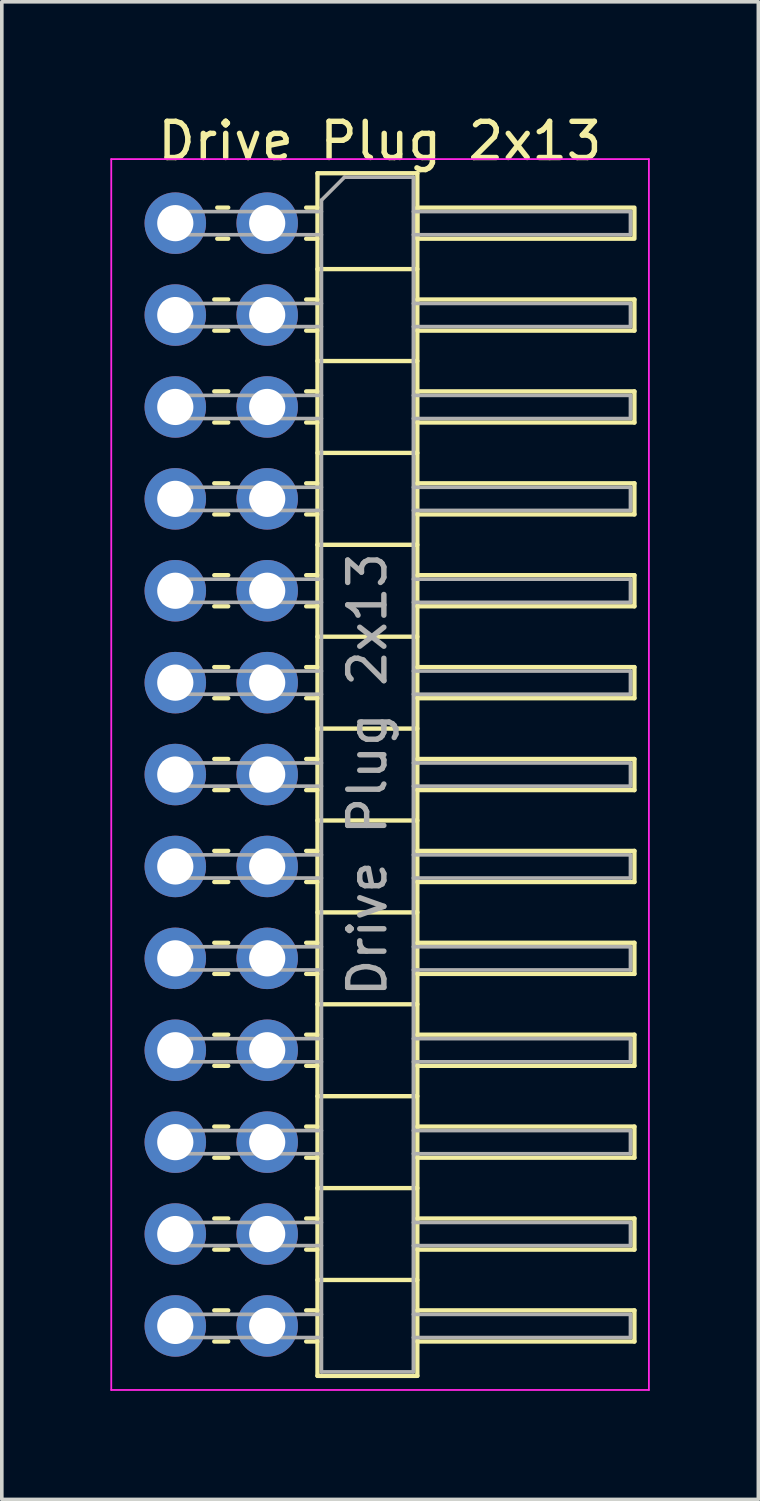
<source format=kicad_pcb>
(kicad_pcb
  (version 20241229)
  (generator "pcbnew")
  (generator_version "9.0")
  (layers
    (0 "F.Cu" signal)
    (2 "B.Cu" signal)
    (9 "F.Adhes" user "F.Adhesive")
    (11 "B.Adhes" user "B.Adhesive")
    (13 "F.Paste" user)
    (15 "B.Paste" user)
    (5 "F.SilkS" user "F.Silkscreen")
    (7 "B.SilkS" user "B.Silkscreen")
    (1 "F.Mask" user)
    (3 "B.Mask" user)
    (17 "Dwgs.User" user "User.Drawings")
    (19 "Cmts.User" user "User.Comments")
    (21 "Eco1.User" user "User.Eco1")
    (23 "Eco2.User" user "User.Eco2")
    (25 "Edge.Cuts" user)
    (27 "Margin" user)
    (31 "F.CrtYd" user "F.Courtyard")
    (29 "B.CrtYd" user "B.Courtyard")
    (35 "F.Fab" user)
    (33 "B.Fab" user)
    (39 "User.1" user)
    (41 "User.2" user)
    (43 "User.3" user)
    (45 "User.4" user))
  (footprint "Drive Plug 2x13"
    (layer "F.Cu")
    (at 1.795 3.118)
    (property "Reference" "Drive Plug 2x13" (at 5.655 -2.27 0) (layer "F.SilkS") (effects (font (size 1 1) (thickness 0.15))))
    (attr through_hole)
    (fp_line (start 1.077 2.11) (end 1.463 2.11) (stroke (width 0.12) (type solid)) (layer "F.SilkS"))
    (fp_line (start 1.077 2.97) (end 1.463 2.97) (stroke (width 0.12) (type solid)) (layer "F.SilkS"))
    (fp_line (start 1.077 4.65) (end 1.463 4.65) (stroke (width 0.12) (type solid)) (layer "F.SilkS"))
    (fp_line (start 1.077 5.51) (end 1.463 5.51) (stroke (width 0.12) (type solid)) (layer "F.SilkS"))
    (fp_line (start 1.077 7.19) (end 1.463 7.19) (stroke (width 0.12) (type solid)) (layer "F.SilkS"))
    (fp_line (start 1.077 8.05) (end 1.463 8.05) (stroke (width 0.12) (type solid)) (layer "F.SilkS"))
    (fp_line (start 1.077 9.73) (end 1.463 9.73) (stroke (width 0.12) (type solid)) (layer "F.SilkS"))
    (fp_line (start 1.077 10.59) (end 1.463 10.59) (stroke (width 0.12) (type solid)) (layer "F.SilkS"))
    (fp_line (start 1.077 12.27) (end 1.463 12.27) (stroke (width 0.12) (type solid)) (layer "F.SilkS"))
    (fp_line (start 1.077 13.13) (end 1.463 13.13) (stroke (width 0.12) (type solid)) (layer "F.SilkS"))
    (fp_line (start 1.077 14.81) (end 1.463 14.81) (stroke (width 0.12) (type solid)) (layer "F.SilkS"))
    (fp_line (start 1.077 15.67) (end 1.463 15.67) (stroke (width 0.12) (type solid)) (layer "F.SilkS"))
    (fp_line (start 1.077 17.35) (end 1.463 17.35) (stroke (width 0.12) (type solid)) (layer "F.SilkS"))
    (fp_line (start 1.077 18.21) (end 1.463 18.21) (stroke (width 0.12) (type solid)) (layer "F.SilkS"))
    (fp_line (start 1.077 19.89) (end 1.463 19.89) (stroke (width 0.12) (type solid)) (layer "F.SilkS"))
    (fp_line (start 1.077 20.75) (end 1.463 20.75) (stroke (width 0.12) (type solid)) (layer "F.SilkS"))
    (fp_line (start 1.077 22.43) (end 1.463 22.43) (stroke (width 0.12) (type solid)) (layer "F.SilkS"))
    (fp_line (start 1.077 23.29) (end 1.463 23.29) (stroke (width 0.12) (type solid)) (layer "F.SilkS"))
    (fp_line (start 1.077 24.97) (end 1.463 24.97) (stroke (width 0.12) (type solid)) (layer "F.SilkS"))
    (fp_line (start 1.077 25.83) (end 1.463 25.83) (stroke (width 0.12) (type solid)) (layer "F.SilkS"))
    (fp_line (start 1.077 27.51) (end 1.463 27.51) (stroke (width 0.12) (type solid)) (layer "F.SilkS"))
    (fp_line (start 1.077 28.37) (end 1.463 28.37) (stroke (width 0.12) (type solid)) (layer "F.SilkS"))
    (fp_line (start 1.077 30.05) (end 1.463 30.05) (stroke (width 0.12) (type solid)) (layer "F.SilkS"))
    (fp_line (start 1.077 30.91) (end 1.463 30.91) (stroke (width 0.12) (type solid)) (layer "F.SilkS"))
    (fp_line (start 1.16 -0.43) (end 1.463 -0.43) (stroke (width 0.12) (type solid)) (layer "F.SilkS"))
    (fp_line (start 1.16 0.43) (end 1.463 0.43) (stroke (width 0.12) (type solid)) (layer "F.SilkS"))
    (fp_line (start 3.617 -0.43) (end 3.93 -0.43) (stroke (width 0.12) (type solid)) (layer "F.SilkS"))
    (fp_line (start 3.617 0.43) (end 3.93 0.43) (stroke (width 0.12) (type solid)) (layer "F.SilkS"))
    (fp_line (start 3.617 2.11) (end 3.93 2.11) (stroke (width 0.12) (type solid)) (layer "F.SilkS"))
    (fp_line (start 3.617 2.97) (end 3.93 2.97) (stroke (width 0.12) (type solid)) (layer "F.SilkS"))
    (fp_line (start 3.617 4.65) (end 3.93 4.65) (stroke (width 0.12) (type solid)) (layer "F.SilkS"))
    (fp_line (start 3.617 5.51) (end 3.93 5.51) (stroke (width 0.12) (type solid)) (layer "F.SilkS"))
    (fp_line (start 3.617 7.19) (end 3.93 7.19) (stroke (width 0.12) (type solid)) (layer "F.SilkS"))
    (fp_line (start 3.617 8.05) (end 3.93 8.05) (stroke (width 0.12) (type solid)) (layer "F.SilkS"))
    (fp_line (start 3.617 9.73) (end 3.93 9.73) (stroke (width 0.12) (type solid)) (layer "F.SilkS"))
    (fp_line (start 3.617 10.59) (end 3.93 10.59) (stroke (width 0.12) (type solid)) (layer "F.SilkS"))
    (fp_line (start 3.617 12.27) (end 3.93 12.27) (stroke (width 0.12) (type solid)) (layer "F.SilkS"))
    (fp_line (start 3.617 13.13) (end 3.93 13.13) (stroke (width 0.12) (type solid)) (layer "F.SilkS"))
    (fp_line (start 3.617 14.81) (end 3.93 14.81) (stroke (width 0.12) (type solid)) (layer "F.SilkS"))
    (fp_line (start 3.617 15.67) (end 3.93 15.67) (stroke (width 0.12) (type solid)) (layer "F.SilkS"))
    (fp_line (start 3.617 17.35) (end 3.93 17.35) (stroke (width 0.12) (type solid)) (layer "F.SilkS"))
    (fp_line (start 3.617 18.21) (end 3.93 18.21) (stroke (width 0.12) (type solid)) (layer "F.SilkS"))
    (fp_line (start 3.617 19.89) (end 3.93 19.89) (stroke (width 0.12) (type solid)) (layer "F.SilkS"))
    (fp_line (start 3.617 20.75) (end 3.93 20.75) (stroke (width 0.12) (type solid)) (layer "F.SilkS"))
    (fp_line (start 3.617 22.43) (end 3.93 22.43) (stroke (width 0.12) (type solid)) (layer "F.SilkS"))
    (fp_line (start 3.617 23.29) (end 3.93 23.29) (stroke (width 0.12) (type solid)) (layer "F.SilkS"))
    (fp_line (start 3.617 24.97) (end 3.93 24.97) (stroke (width 0.12) (type solid)) (layer "F.SilkS"))
    (fp_line (start 3.617 25.83) (end 3.93 25.83) (stroke (width 0.12) (type solid)) (layer "F.SilkS"))
    (fp_line (start 3.617 27.51) (end 3.93 27.51) (stroke (width 0.12) (type solid)) (layer "F.SilkS"))
    (fp_line (start 3.617 28.37) (end 3.93 28.37) (stroke (width 0.12) (type solid)) (layer "F.SilkS"))
    (fp_line (start 3.617 30.05) (end 3.93 30.05) (stroke (width 0.12) (type solid)) (layer "F.SilkS"))
    (fp_line (start 3.617 30.91) (end 3.93 30.91) (stroke (width 0.12) (type solid)) (layer "F.SilkS"))
    (fp_line (start 3.93 -1.38) (end 3.93 31.86) (stroke (width 0.12) (type solid)) (layer "F.SilkS"))
    (fp_line (start 3.93 1.27) (end 6.69 1.27) (stroke (width 0.12) (type solid)) (layer "F.SilkS"))
    (fp_line (start 3.93 3.81) (end 6.69 3.81) (stroke (width 0.12) (type solid)) (layer "F.SilkS"))
    (fp_line (start 3.93 6.35) (end 6.69 6.35) (stroke (width 0.12) (type solid)) (layer "F.SilkS"))
    (fp_line (start 3.93 8.89) (end 6.69 8.89) (stroke (width 0.12) (type solid)) (layer "F.SilkS"))
    (fp_line (start 3.93 11.43) (end 6.69 11.43) (stroke (width 0.12) (type solid)) (layer "F.SilkS"))
    (fp_line (start 3.93 13.97) (end 6.69 13.97) (stroke (width 0.12) (type solid)) (layer "F.SilkS"))
    (fp_line (start 3.93 16.51) (end 6.69 16.51) (stroke (width 0.12) (type solid)) (layer "F.SilkS"))
    (fp_line (start 3.93 19.05) (end 6.69 19.05) (stroke (width 0.12) (type solid)) (layer "F.SilkS"))
    (fp_line (start 3.93 21.59) (end 6.69 21.59) (stroke (width 0.12) (type solid)) (layer "F.SilkS"))
    (fp_line (start 3.93 24.13) (end 6.69 24.13) (stroke (width 0.12) (type solid)) (layer "F.SilkS"))
    (fp_line (start 3.93 26.67) (end 6.69 26.67) (stroke (width 0.12) (type solid)) (layer "F.SilkS"))
    (fp_line (start 3.93 29.21) (end 6.69 29.21) (stroke (width 0.12) (type solid)) (layer "F.SilkS"))
    (fp_line (start 3.93 31.86) (end 6.69 31.86) (stroke (width 0.12) (type solid)) (layer "F.SilkS"))
    (fp_line (start 6.69 -1.38) (end 3.93 -1.38) (stroke (width 0.12) (type solid)) (layer "F.SilkS"))
    (fp_line (start 6.69 2.11) (end 12.69 2.11) (stroke (width 0.12) (type solid)) (layer "F.SilkS"))
    (fp_line (start 6.69 4.65) (end 12.69 4.65) (stroke (width 0.12) (type solid)) (layer "F.SilkS"))
    (fp_line (start 6.69 7.19) (end 12.69 7.19) (stroke (width 0.12) (type solid)) (layer "F.SilkS"))
    (fp_line (start 6.69 9.73) (end 12.69 9.73) (stroke (width 0.12) (type solid)) (layer "F.SilkS"))
    (fp_line (start 6.69 12.27) (end 12.69 12.27) (stroke (width 0.12) (type solid)) (layer "F.SilkS"))
    (fp_line (start 6.69 14.81) (end 12.69 14.81) (stroke (width 0.12) (type solid)) (layer "F.SilkS"))
    (fp_line (start 6.69 17.35) (end 12.69 17.35) (stroke (width 0.12) (type solid)) (layer "F.SilkS"))
    (fp_line (start 6.69 19.89) (end 12.69 19.89) (stroke (width 0.12) (type solid)) (layer "F.SilkS"))
    (fp_line (start 6.69 22.43) (end 12.69 22.43) (stroke (width 0.12) (type solid)) (layer "F.SilkS"))
    (fp_line (start 6.69 24.97) (end 12.69 24.97) (stroke (width 0.12) (type solid)) (layer "F.SilkS"))
    (fp_line (start 6.69 27.51) (end 12.69 27.51) (stroke (width 0.12) (type solid)) (layer "F.SilkS"))
    (fp_line (start 6.69 30.05) (end 12.69 30.05) (stroke (width 0.12) (type solid)) (layer "F.SilkS"))
    (fp_line (start 6.69 31.86) (end 6.69 -1.38) (stroke (width 0.12) (type solid)) (layer "F.SilkS"))
    (fp_line (start 12.69 2.11) (end 12.69 2.97) (stroke (width 0.12) (type solid)) (layer "F.SilkS"))
    (fp_line (start 12.69 2.97) (end 6.69 2.97) (stroke (width 0.12) (type solid)) (layer "F.SilkS"))
    (fp_line (start 12.69 4.65) (end 12.69 5.51) (stroke (width 0.12) (type solid)) (layer "F.SilkS"))
    (fp_line (start 12.69 5.51) (end 6.69 5.51) (stroke (width 0.12) (type solid)) (layer "F.SilkS"))
    (fp_line (start 12.69 7.19) (end 12.69 8.05) (stroke (width 0.12) (type solid)) (layer "F.SilkS"))
    (fp_line (start 12.69 8.05) (end 6.69 8.05) (stroke (width 0.12) (type solid)) (layer "F.SilkS"))
    (fp_line (start 12.69 9.73) (end 12.69 10.59) (stroke (width 0.12) (type solid)) (layer "F.SilkS"))
    (fp_line (start 12.69 10.59) (end 6.69 10.59) (stroke (width 0.12) (type solid)) (layer "F.SilkS"))
    (fp_line (start 12.69 12.27) (end 12.69 13.13) (stroke (width 0.12) (type solid)) (layer "F.SilkS"))
    (fp_line (start 12.69 13.13) (end 6.69 13.13) (stroke (width 0.12) (type solid)) (layer "F.SilkS"))
    (fp_line (start 12.69 14.81) (end 12.69 15.67) (stroke (width 0.12) (type solid)) (layer "F.SilkS"))
    (fp_line (start 12.69 15.67) (end 6.69 15.67) (stroke (width 0.12) (type solid)) (layer "F.SilkS"))
    (fp_line (start 12.69 17.35) (end 12.69 18.21) (stroke (width 0.12) (type solid)) (layer "F.SilkS"))
    (fp_line (start 12.69 18.21) (end 6.69 18.21) (stroke (width 0.12) (type solid)) (layer "F.SilkS"))
    (fp_line (start 12.69 19.89) (end 12.69 20.75) (stroke (width 0.12) (type solid)) (layer "F.SilkS"))
    (fp_line (start 12.69 20.75) (end 6.69 20.75) (stroke (width 0.12) (type solid)) (layer "F.SilkS"))
    (fp_line (start 12.69 22.43) (end 12.69 23.29) (stroke (width 0.12) (type solid)) (layer "F.SilkS"))
    (fp_line (start 12.69 23.29) (end 6.69 23.29) (stroke (width 0.12) (type solid)) (layer "F.SilkS"))
    (fp_line (start 12.69 24.97) (end 12.69 25.83) (stroke (width 0.12) (type solid)) (layer "F.SilkS"))
    (fp_line (start 12.69 25.83) (end 6.69 25.83) (stroke (width 0.12) (type solid)) (layer "F.SilkS"))
    (fp_line (start 12.69 27.51) (end 12.69 28.37) (stroke (width 0.12) (type solid)) (layer "F.SilkS"))
    (fp_line (start 12.69 28.37) (end 6.69 28.37) (stroke (width 0.12) (type solid)) (layer "F.SilkS"))
    (fp_line (start 12.69 30.05) (end 12.69 30.91) (stroke (width 0.12) (type solid)) (layer "F.SilkS"))
    (fp_line (start 12.69 30.91) (end 6.69 30.91) (stroke (width 0.12) (type solid)) (layer "F.SilkS"))
    (fp_rect (start 6.69 -0.43) (end 12.69 0.43) (stroke (width 0.12) (type solid)) (fill no) (layer "F.SilkS"))
    (fp_line (start -1.77 -1.77) (end -1.77 32.25) (stroke (width 0.05) (type solid)) (layer "F.CrtYd"))
    (fp_line (start -1.77 32.25) (end 13.09 32.25) (stroke (width 0.05) (type solid)) (layer "F.CrtYd"))
    (fp_line (start 13.09 -1.77) (end -1.77 -1.77) (stroke (width 0.05) (type solid)) (layer "F.CrtYd"))
    (fp_line (start 13.09 32.25) (end 13.09 -1.77) (stroke (width 0.05) (type solid)) (layer "F.CrtYd"))
    (fp_line (start -0.32 -0.32) (end -0.32 0.32) (stroke (width 0.1) (type solid)) (layer "F.Fab"))
    (fp_line (start -0.32 -0.32) (end 4.04 -0.32) (stroke (width 0.1) (type solid)) (layer "F.Fab"))
    (fp_line (start -0.32 0.32) (end 4.04 0.32) (stroke (width 0.1) (type solid)) (layer "F.Fab"))
    (fp_line (start -0.32 2.22) (end -0.32 2.86) (stroke (width 0.1) (type solid)) (layer "F.Fab"))
    (fp_line (start -0.32 2.22) (end 4.04 2.22) (stroke (width 0.1) (type solid)) (layer "F.Fab"))
    (fp_line (start -0.32 2.86) (end 4.04 2.86) (stroke (width 0.1) (type solid)) (layer "F.Fab"))
    (fp_line (start -0.32 4.76) (end -0.32 5.4) (stroke (width 0.1) (type solid)) (layer "F.Fab"))
    (fp_line (start -0.32 4.76) (end 4.04 4.76) (stroke (width 0.1) (type solid)) (layer "F.Fab"))
    (fp_line (start -0.32 5.4) (end 4.04 5.4) (stroke (width 0.1) (type solid)) (layer "F.Fab"))
    (fp_line (start -0.32 7.3) (end -0.32 7.94) (stroke (width 0.1) (type solid)) (layer "F.Fab"))
    (fp_line (start -0.32 7.3) (end 4.04 7.3) (stroke (width 0.1) (type solid)) (layer "F.Fab"))
    (fp_line (start -0.32 7.94) (end 4.04 7.94) (stroke (width 0.1) (type solid)) (layer "F.Fab"))
    (fp_line (start -0.32 9.84) (end -0.32 10.48) (stroke (width 0.1) (type solid)) (layer "F.Fab"))
    (fp_line (start -0.32 9.84) (end 4.04 9.84) (stroke (width 0.1) (type solid)) (layer "F.Fab"))
    (fp_line (start -0.32 10.48) (end 4.04 10.48) (stroke (width 0.1) (type solid)) (layer "F.Fab"))
    (fp_line (start -0.32 12.38) (end -0.32 13.02) (stroke (width 0.1) (type solid)) (layer "F.Fab"))
    (fp_line (start -0.32 12.38) (end 4.04 12.38) (stroke (width 0.1) (type solid)) (layer "F.Fab"))
    (fp_line (start -0.32 13.02) (end 4.04 13.02) (stroke (width 0.1) (type solid)) (layer "F.Fab"))
    (fp_line (start -0.32 14.92) (end -0.32 15.56) (stroke (width 0.1) (type solid)) (layer "F.Fab"))
    (fp_line (start -0.32 14.92) (end 4.04 14.92) (stroke (width 0.1) (type solid)) (layer "F.Fab"))
    (fp_line (start -0.32 15.56) (end 4.04 15.56) (stroke (width 0.1) (type solid)) (layer "F.Fab"))
    (fp_line (start -0.32 17.46) (end -0.32 18.1) (stroke (width 0.1) (type solid)) (layer "F.Fab"))
    (fp_line (start -0.32 17.46) (end 4.04 17.46) (stroke (width 0.1) (type solid)) (layer "F.Fab"))
    (fp_line (start -0.32 18.1) (end 4.04 18.1) (stroke (width 0.1) (type solid)) (layer "F.Fab"))
    (fp_line (start -0.32 20) (end -0.32 20.64) (stroke (width 0.1) (type solid)) (layer "F.Fab"))
    (fp_line (start -0.32 20) (end 4.04 20) (stroke (width 0.1) (type solid)) (layer "F.Fab"))
    (fp_line (start -0.32 20.64) (end 4.04 20.64) (stroke (width 0.1) (type solid)) (layer "F.Fab"))
    (fp_line (start -0.32 22.54) (end -0.32 23.18) (stroke (width 0.1) (type solid)) (layer "F.Fab"))
    (fp_line (start -0.32 22.54) (end 4.04 22.54) (stroke (width 0.1) (type solid)) (layer "F.Fab"))
    (fp_line (start -0.32 23.18) (end 4.04 23.18) (stroke (width 0.1) (type solid)) (layer "F.Fab"))
    (fp_line (start -0.32 25.08) (end -0.32 25.72) (stroke (width 0.1) (type solid)) (layer "F.Fab"))
    (fp_line (start -0.32 25.08) (end 4.04 25.08) (stroke (width 0.1) (type solid)) (layer "F.Fab"))
    (fp_line (start -0.32 25.72) (end 4.04 25.72) (stroke (width 0.1) (type solid)) (layer "F.Fab"))
    (fp_line (start -0.32 27.62) (end -0.32 28.26) (stroke (width 0.1) (type solid)) (layer "F.Fab"))
    (fp_line (start -0.32 27.62) (end 4.04 27.62) (stroke (width 0.1) (type solid)) (layer "F.Fab"))
    (fp_line (start -0.32 28.26) (end 4.04 28.26) (stroke (width 0.1) (type solid)) (layer "F.Fab"))
    (fp_line (start -0.32 30.16) (end -0.32 30.8) (stroke (width 0.1) (type solid)) (layer "F.Fab"))
    (fp_line (start -0.32 30.16) (end 4.04 30.16) (stroke (width 0.1) (type solid)) (layer "F.Fab"))
    (fp_line (start -0.32 30.8) (end 4.04 30.8) (stroke (width 0.1) (type solid)) (layer "F.Fab"))
    (fp_line (start 4.04 -0.635) (end 4.675 -1.27) (stroke (width 0.1) (type solid)) (layer "F.Fab"))
    (fp_line (start 4.04 31.75) (end 4.04 -0.635) (stroke (width 0.1) (type solid)) (layer "F.Fab"))
    (fp_line (start 4.675 -1.27) (end 6.58 -1.27) (stroke (width 0.1) (type solid)) (layer "F.Fab"))
    (fp_line (start 6.58 -1.27) (end 6.58 31.75) (stroke (width 0.1) (type solid)) (layer "F.Fab"))
    (fp_line (start 6.58 -0.32) (end 12.58 -0.32) (stroke (width 0.1) (type solid)) (layer "F.Fab"))
    (fp_line (start 6.58 0.32) (end 12.58 0.32) (stroke (width 0.1) (type solid)) (layer "F.Fab"))
    (fp_line (start 6.58 2.22) (end 12.58 2.22) (stroke (width 0.1) (type solid)) (layer "F.Fab"))
    (fp_line (start 6.58 2.86) (end 12.58 2.86) (stroke (width 0.1) (type solid)) (layer "F.Fab"))
    (fp_line (start 6.58 4.76) (end 12.58 4.76) (stroke (width 0.1) (type solid)) (layer "F.Fab"))
    (fp_line (start 6.58 5.4) (end 12.58 5.4) (stroke (width 0.1) (type solid)) (layer "F.Fab"))
    (fp_line (start 6.58 7.3) (end 12.58 7.3) (stroke (width 0.1) (type solid)) (layer "F.Fab"))
    (fp_line (start 6.58 7.94) (end 12.58 7.94) (stroke (width 0.1) (type solid)) (layer "F.Fab"))
    (fp_line (start 6.58 9.84) (end 12.58 9.84) (stroke (width 0.1) (type solid)) (layer "F.Fab"))
    (fp_line (start 6.58 10.48) (end 12.58 10.48) (stroke (width 0.1) (type solid)) (layer "F.Fab"))
    (fp_line (start 6.58 12.38) (end 12.58 12.38) (stroke (width 0.1) (type solid)) (layer "F.Fab"))
    (fp_line (start 6.58 13.02) (end 12.58 13.02) (stroke (width 0.1) (type solid)) (layer "F.Fab"))
    (fp_line (start 6.58 14.92) (end 12.58 14.92) (stroke (width 0.1) (type solid)) (layer "F.Fab"))
    (fp_line (start 6.58 15.56) (end 12.58 15.56) (stroke (width 0.1) (type solid)) (layer "F.Fab"))
    (fp_line (start 6.58 17.46) (end 12.58 17.46) (stroke (width 0.1) (type solid)) (layer "F.Fab"))
    (fp_line (start 6.58 18.1) (end 12.58 18.1) (stroke (width 0.1) (type solid)) (layer "F.Fab"))
    (fp_line (start 6.58 20) (end 12.58 20) (stroke (width 0.1) (type solid)) (layer "F.Fab"))
    (fp_line (start 6.58 20.64) (end 12.58 20.64) (stroke (width 0.1) (type solid)) (layer "F.Fab"))
    (fp_line (start 6.58 22.54) (end 12.58 22.54) (stroke (width 0.1) (type solid)) (layer "F.Fab"))
    (fp_line (start 6.58 23.18) (end 12.58 23.18) (stroke (width 0.1) (type solid)) (layer "F.Fab"))
    (fp_line (start 6.58 25.08) (end 12.58 25.08) (stroke (width 0.1) (type solid)) (layer "F.Fab"))
    (fp_line (start 6.58 25.72) (end 12.58 25.72) (stroke (width 0.1) (type solid)) (layer "F.Fab"))
    (fp_line (start 6.58 27.62) (end 12.58 27.62) (stroke (width 0.1) (type solid)) (layer "F.Fab"))
    (fp_line (start 6.58 28.26) (end 12.58 28.26) (stroke (width 0.1) (type solid)) (layer "F.Fab"))
    (fp_line (start 6.58 30.16) (end 12.58 30.16) (stroke (width 0.1) (type solid)) (layer "F.Fab"))
    (fp_line (start 6.58 30.8) (end 12.58 30.8) (stroke (width 0.1) (type solid)) (layer "F.Fab"))
    (fp_line (start 6.58 31.75) (end 4.04 31.75) (stroke (width 0.1) (type solid)) (layer "F.Fab"))
    (fp_line (start 12.58 -0.32) (end 12.58 0.32) (stroke (width 0.1) (type solid)) (layer "F.Fab"))
    (fp_line (start 12.58 2.22) (end 12.58 2.86) (stroke (width 0.1) (type solid)) (layer "F.Fab"))
    (fp_line (start 12.58 4.76) (end 12.58 5.4) (stroke (width 0.1) (type solid)) (layer "F.Fab"))
    (fp_line (start 12.58 7.3) (end 12.58 7.94) (stroke (width 0.1) (type solid)) (layer "F.Fab"))
    (fp_line (start 12.58 9.84) (end 12.58 10.48) (stroke (width 0.1) (type solid)) (layer "F.Fab"))
    (fp_line (start 12.58 12.38) (end 12.58 13.02) (stroke (width 0.1) (type solid)) (layer "F.Fab"))
    (fp_line (start 12.58 14.92) (end 12.58 15.56) (stroke (width 0.1) (type solid)) (layer "F.Fab"))
    (fp_line (start 12.58 17.46) (end 12.58 18.1) (stroke (width 0.1) (type solid)) (layer "F.Fab"))
    (fp_line (start 12.58 20) (end 12.58 20.64) (stroke (width 0.1) (type solid)) (layer "F.Fab"))
    (fp_line (start 12.58 22.54) (end 12.58 23.18) (stroke (width 0.1) (type solid)) (layer "F.Fab"))
    (fp_line (start 12.58 25.08) (end 12.58 25.72) (stroke (width 0.1) (type solid)) (layer "F.Fab"))
    (fp_line (start 12.58 27.62) (end 12.58 28.26) (stroke (width 0.1) (type solid)) (layer "F.Fab"))
    (fp_line (start 12.58 30.16) (end 12.58 30.8) (stroke (width 0.1) (type solid)) (layer "F.Fab"))
    (fp_text user "${REFERENCE}" (at 5.31 15.24 90) (layer "F.Fab") (effects (font (size 1 1) (thickness 0.15))))
    (pad "1" thru_hole circle (at 0 30.48) (size 1.7 1.7) (drill 1) (layers "*.Cu" "*.Mask"))
    (pad "2" thru_hole circle (at 2.54 30.48) (size 1.7 1.7) (drill 1) (layers "*.Cu" "*.Mask"))
    (pad "3" thru_hole circle (at 0 27.94) (size 1.7 1.7) (drill 1) (layers "*.Cu" "*.Mask"))
    (pad "4" thru_hole circle (at 2.54 27.94) (size 1.7 1.7) (drill 1) (layers "*.Cu" "*.Mask"))
    (pad "5" thru_hole circle (at 0 25.4) (size 1.7 1.7) (drill 1) (layers "*.Cu" "*.Mask"))
    (pad "6" thru_hole circle (at 2.54 25.4) (size 1.7 1.7) (drill 1) (layers "*.Cu" "*.Mask"))
    (pad "7" thru_hole circle (at 0 22.86) (size 1.7 1.7) (drill 1) (layers "*.Cu" "*.Mask"))
    (pad "8" thru_hole circle (at 2.54 22.86) (size 1.7 1.7) (drill 1) (layers "*.Cu" "*.Mask"))
    (pad "9" thru_hole circle (at 0 20.32) (size 1.7 1.7) (drill 1) (layers "*.Cu" "*.Mask"))
    (pad "10" thru_hole circle (at 2.54 20.32) (size 1.7 1.7) (drill 1) (layers "*.Cu" "*.Mask"))
    (pad "11" thru_hole circle (at 0 17.78) (size 1.7 1.7) (drill 1) (layers "*.Cu" "*.Mask"))
    (pad "12" thru_hole circle (at 2.54 17.78) (size 1.7 1.7) (drill 1) (layers "*.Cu" "*.Mask"))
    (pad "13" thru_hole circle (at 0 15.24) (size 1.7 1.7) (drill 1) (layers "*.Cu" "*.Mask"))
    (pad "14" thru_hole circle (at 2.54 15.24) (size 1.7 1.7) (drill 1) (layers "*.Cu" "*.Mask"))
    (pad "15" thru_hole circle (at 0 12.7) (size 1.7 1.7) (drill 1) (layers "*.Cu" "*.Mask"))
    (pad "16" thru_hole circle (at 2.54 12.7) (size 1.7 1.7) (drill 1) (layers "*.Cu" "*.Mask"))
    (pad "17" thru_hole circle (at 0 10.16) (size 1.7 1.7) (drill 1) (layers "*.Cu" "*.Mask"))
    (pad "18" thru_hole circle (at 2.54 10.16) (size 1.7 1.7) (drill 1) (layers "*.Cu" "*.Mask"))
    (pad "19" thru_hole circle (at 0 7.62) (size 1.7 1.7) (drill 1) (layers "*.Cu" "*.Mask"))
    (pad "20" thru_hole circle (at 2.54 7.62) (size 1.7 1.7) (drill 1) (layers "*.Cu" "*.Mask"))
    (pad "21" thru_hole circle (at 0 5.08) (size 1.7 1.7) (drill 1) (layers "*.Cu" "*.Mask"))
    (pad "22" thru_hole circle (at 2.54 5.08) (size 1.7 1.7) (drill 1) (layers "*.Cu" "*.Mask"))
    (pad "23" thru_hole circle (at 0 2.54) (size 1.7 1.7) (drill 1) (layers "*.Cu" "*.Mask"))
    (pad "24" thru_hole circle (at 2.54 2.54) (size 1.7 1.7) (drill 1) (layers "*.Cu" "*.Mask"))
    (pad "25" thru_hole circle (at 0 0) (size 1.7 1.7) (drill 1) (layers "*.Cu" "*.Mask"))
    (pad "26" thru_hole circle (at 2.54 0) (size 1.7 1.7) (drill 1) (layers "*.Cu" "*.Mask")))
  (gr_rect
    (start -3 -3)
    (end 17.91 38.393)
    (stroke (width 0.1) (type default))
    (fill no)
    (layer "Edge.Cuts")))
</source>
